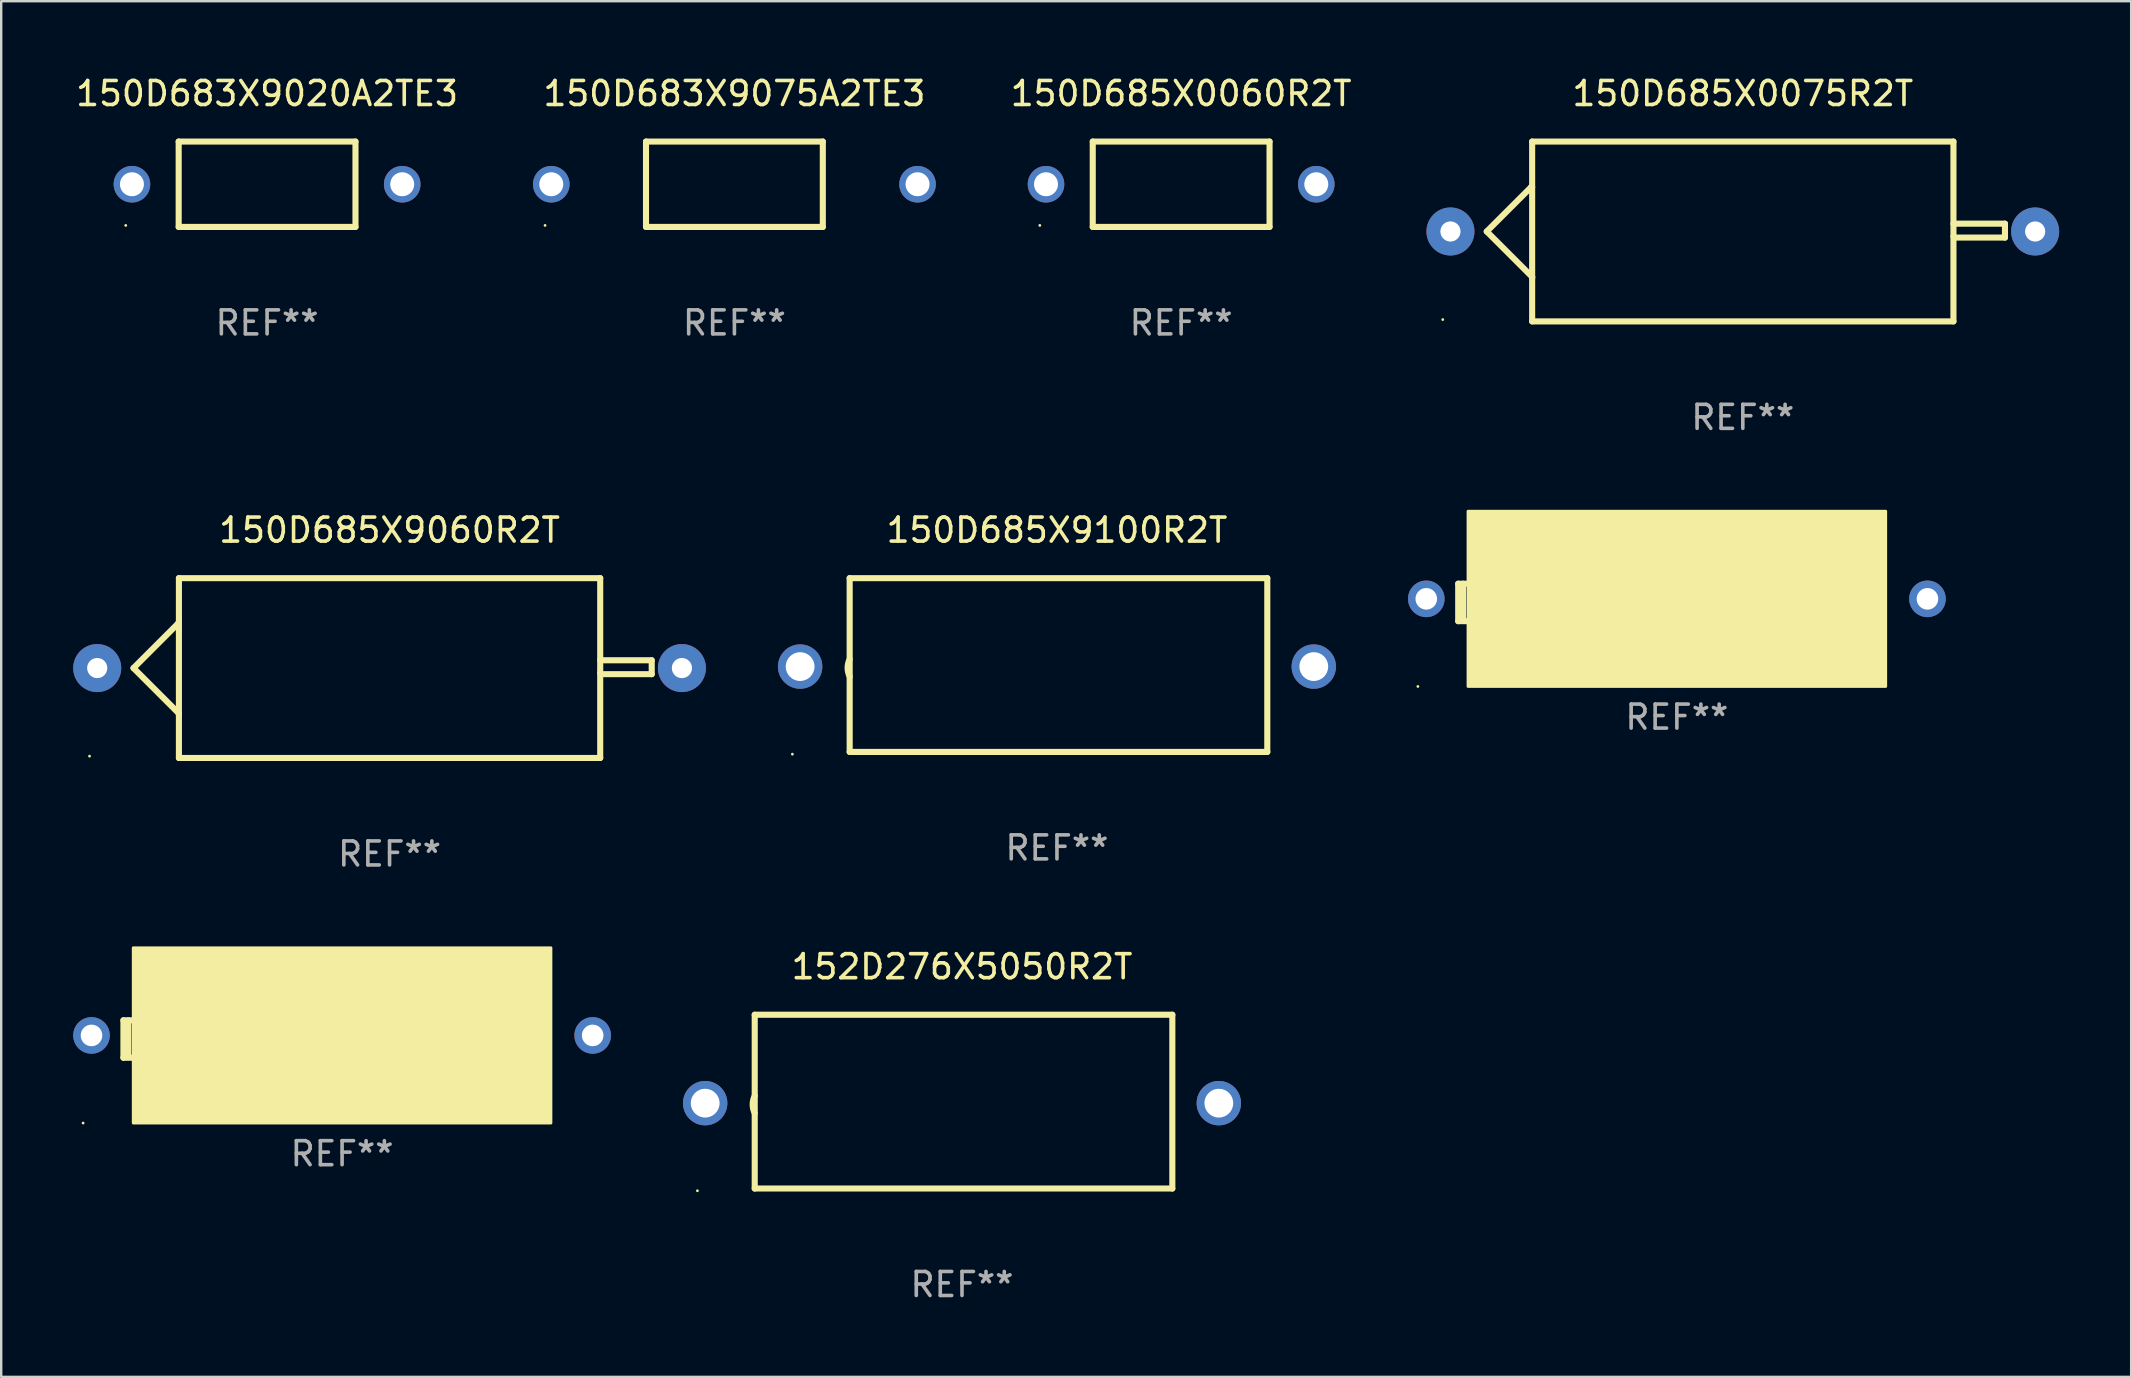
<source format=kicad_pcb>
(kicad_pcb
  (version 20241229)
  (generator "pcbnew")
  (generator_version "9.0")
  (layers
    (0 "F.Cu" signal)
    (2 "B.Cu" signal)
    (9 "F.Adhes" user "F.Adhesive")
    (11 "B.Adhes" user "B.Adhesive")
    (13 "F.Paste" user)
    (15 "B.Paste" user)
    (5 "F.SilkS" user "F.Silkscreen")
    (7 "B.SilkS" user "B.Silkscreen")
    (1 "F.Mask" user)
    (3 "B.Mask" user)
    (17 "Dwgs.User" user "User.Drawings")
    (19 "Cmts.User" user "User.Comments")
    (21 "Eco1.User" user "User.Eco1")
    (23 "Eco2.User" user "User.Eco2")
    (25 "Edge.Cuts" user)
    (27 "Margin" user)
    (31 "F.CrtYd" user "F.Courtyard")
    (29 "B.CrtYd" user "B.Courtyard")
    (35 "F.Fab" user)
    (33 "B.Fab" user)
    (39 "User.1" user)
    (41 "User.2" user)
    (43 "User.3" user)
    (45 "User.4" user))
  (footprint "150D685X0075R2T"
    (layer "F.Cu")
    (at 69.559 6.594)
    (property "Reference" "150D685X0075R2T" (at 0 -5.746 0) (layer "F.SilkS") (effects (font (size 1 1) (thickness 0.15))))
    (attr through_hole)
    (fp_line (start -10.668 0) (end -8.776 1.892) (stroke (width 0.254) (type solid)) (layer "F.SilkS"))
    (fp_line (start -8.821 -1.847) (end -10.668 0) (stroke (width 0.254) (type solid)) (layer "F.SilkS"))
    (fp_line (start -8.776 -1.847) (end -8.821 -1.847) (stroke (width 0.254) (type solid)) (layer "F.SilkS"))
    (fp_line (start -8.776 1.892) (end -8.776 1.943) (stroke (width 0.254) (type solid)) (layer "F.SilkS"))
    (fp_line (start -8.776 -3.746) (end 8.776 -3.746) (stroke (width 0.254) (type solid)) (layer "F.SilkS"))
    (fp_line (start -8.776 3.746) (end -8.776 -3.746) (stroke (width 0.254) (type solid)) (layer "F.SilkS"))
    (fp_line (start 8.776 -3.746) (end 8.776 3.746) (stroke (width 0.254) (type solid)) (layer "F.SilkS"))
    (fp_line (start 8.776 -0.325) (end 10.922 -0.325) (stroke (width 0.254) (type solid)) (layer "F.SilkS"))
    (fp_line (start 8.776 3.746) (end -8.776 3.746) (stroke (width 0.254) (type solid)) (layer "F.SilkS"))
    (fp_line (start 8.831 0.254) (end 8.776 0.199) (stroke (width 0.254) (type solid)) (layer "F.SilkS"))
    (fp_line (start 10.922 -0.325) (end 10.922 0.254) (stroke (width 0.254) (type solid)) (layer "F.SilkS"))
    (fp_line (start 10.922 0.254) (end 8.831 0.254) (stroke (width 0.254) (type solid)) (layer "F.SilkS"))
    (fp_circle (center -12.5 3.67) (end -12.47 3.67) (stroke (width 0.06) (type solid)) (fill no) (layer "F.SilkS"))
    (fp_text user "+" (at -8.323 0.924 0) (layer "B.Mask") (effects (font (size 1 1) (thickness 0.15))))
    (fp_text user "REF**" (at 0 7.746 0) (layer "F.Fab") (effects (font (size 1 1) (thickness 0.15))))
    (pad "1" thru_hole circle (at -12.18 0) (size 2 2) (drill 0.84) (layers "*.Cu" "*.Mask"))
    (pad "2" thru_hole circle (at 12.18 0) (size 2 2) (drill 0.84) (layers "*.Cu" "*.Mask")))
  (footprint "150D825X0075R2T"
    (layer "F.Cu")
    (at 66.812 22.049)
    (property "Reference" "150D825X0075R2T" (at 0 -2.78 0) (layer "F.SilkS") (effects (font (size 1 1) (thickness 0.15))))
    (attr through_hole)
    (fp_line (start -9.11 -0.78) (end -9.11 0.78) (stroke (width 0.254) (type solid)) (layer "F.SilkS"))
    (fp_line (start -9.11 0.78) (end -8.74 0.78) (stroke (width 0.254) (type solid)) (layer "F.SilkS"))
    (fp_line (start -8.904 -0.78) (end -8.904 0.65) (stroke (width 0.254) (type solid)) (layer "F.SilkS"))
    (fp_line (start -8.76 -0.78) (end -9.11 -0.78) (stroke (width 0.254) (type solid)) (layer "F.SilkS"))
    (fp_circle (center -10.79 3.5) (end -10.76 3.5) (stroke (width 0.06) (type solid)) (fill no) (layer "F.SilkS"))
    (fp_poly (pts (xy -8.7 -3.8) (xy 8.7 -3.8) (xy 8.7 3.5) (xy -8.7 3.5)) (stroke (width 0.12) (type solid)) (fill yes) (layer "F.SilkS"))
    (fp_text user "REF**" (at 0 4.78 0) (layer "F.Fab") (effects (font (size 1 1) (thickness 0.15))))
    (pad "1" thru_hole circle (at -10.44 -0.15) (size 1.524 1.524) (drill 0.9) (layers "*.Cu" "*.Mask"))
    (pad "2" thru_hole circle (at 10.44 -0.15) (size 1.524 1.524) (drill 0.9) (layers "*.Cu" "*.Mask")))
  (footprint "150D685X0060R2T"
    (layer "F.Cu")
    (at 46.159 4.626)
    (property "Reference" "150D685X0060R2T" (at 0 -3.778 0) (layer "F.SilkS") (effects (font (size 1 1) (thickness 0.15))))
    (attr through_hole)
    (fp_line (start -3.683 -1.778) (end -3.683 1.778) (stroke (width 0.254) (type solid)) (layer "F.SilkS"))
    (fp_line (start -3.683 1.778) (end 3.683 1.778) (stroke (width 0.254) (type solid)) (layer "F.SilkS"))
    (fp_line (start 3.683 -1.778) (end -3.683 -1.778) (stroke (width 0.254) (type solid)) (layer "F.SilkS"))
    (fp_line (start 3.683 1.778) (end 3.683 -1.778) (stroke (width 0.254) (type solid)) (layer "F.SilkS"))
    (fp_circle (center -5.888 1.715) (end -5.858 1.715) (stroke (width 0.06) (type solid)) (fill no) (layer "F.SilkS"))
    (fp_text user "REF**" (at 0 5.778 0) (layer "F.Fab") (effects (font (size 1 1) (thickness 0.15))))
    (pad "1" thru_hole circle (at -5.63 0) (size 1.524 1.524) (drill 1) (layers "*.Cu" "*.Mask"))
    (pad "2" thru_hole circle (at 5.63 0) (size 1.524 1.524) (drill 1) (layers "*.Cu" "*.Mask")))
  (footprint "150D685X9060R2T"
    (layer "F.Cu")
    (at 13.18 24.783)
    (property "Reference" "150D685X9060R2T" (at 0 -5.746 0) (layer "F.SilkS") (effects (font (size 1 1) (thickness 0.15))))
    (attr through_hole)
    (fp_line (start -10.668 0) (end -8.776 1.892) (stroke (width 0.254) (type solid)) (layer "F.SilkS"))
    (fp_line (start -8.821 -1.847) (end -10.668 0) (stroke (width 0.254) (type solid)) (layer "F.SilkS"))
    (fp_line (start -8.776 -1.847) (end -8.821 -1.847) (stroke (width 0.254) (type solid)) (layer "F.SilkS"))
    (fp_line (start -8.776 1.892) (end -8.776 1.943) (stroke (width 0.254) (type solid)) (layer "F.SilkS"))
    (fp_line (start -8.776 -3.746) (end 8.776 -3.746) (stroke (width 0.254) (type solid)) (layer "F.SilkS"))
    (fp_line (start -8.776 3.746) (end -8.776 -3.746) (stroke (width 0.254) (type solid)) (layer "F.SilkS"))
    (fp_line (start 8.776 -3.746) (end 8.776 3.746) (stroke (width 0.254) (type solid)) (layer "F.SilkS"))
    (fp_line (start 8.776 -0.325) (end 10.922 -0.325) (stroke (width 0.254) (type solid)) (layer "F.SilkS"))
    (fp_line (start 8.776 3.746) (end -8.776 3.746) (stroke (width 0.254) (type solid)) (layer "F.SilkS"))
    (fp_line (start 8.831 0.254) (end 8.776 0.199) (stroke (width 0.254) (type solid)) (layer "F.SilkS"))
    (fp_line (start 10.922 -0.325) (end 10.922 0.254) (stroke (width 0.254) (type solid)) (layer "F.SilkS"))
    (fp_line (start 10.922 0.254) (end 8.831 0.254) (stroke (width 0.254) (type solid)) (layer "F.SilkS"))
    (fp_circle (center -12.5 3.67) (end -12.47 3.67) (stroke (width 0.06) (type solid)) (fill no) (layer "F.SilkS"))
    (fp_text user "+" (at -8.323 0.924 0) (layer "B.Mask") (effects (font (size 1 1) (thickness 0.15))))
    (fp_text user "REF**" (at 0 7.746 0) (layer "F.Fab") (effects (font (size 1 1) (thickness 0.15))))
    (pad "1" thru_hole circle (at -12.18 0) (size 2 2) (drill 0.84) (layers "*.Cu" "*.Mask"))
    (pad "2" thru_hole circle (at 12.18 0) (size 2 2) (drill 0.84) (layers "*.Cu" "*.Mask")))
  (footprint "150D683X9075A2TE3"
    (layer "F.Cu")
    (at 27.547 4.626)
    (property "Reference" "150D683X9075A2TE3" (at 0 -3.778 0) (layer "F.SilkS") (effects (font (size 1 1) (thickness 0.15))))
    (attr through_hole)
    (fp_line (start -3.683 -1.778) (end -3.683 1.778) (stroke (width 0.254) (type solid)) (layer "F.SilkS"))
    (fp_line (start -3.683 1.778) (end 3.683 1.778) (stroke (width 0.254) (type solid)) (layer "F.SilkS"))
    (fp_line (start 3.683 -1.778) (end -3.683 -1.778) (stroke (width 0.254) (type solid)) (layer "F.SilkS"))
    (fp_line (start 3.683 1.778) (end 3.683 -1.778) (stroke (width 0.254) (type solid)) (layer "F.SilkS"))
    (fp_circle (center -7.889 1.715) (end -7.859 1.715) (stroke (width 0.06) (type solid)) (fill no) (layer "F.SilkS"))
    (fp_text user "REF**" (at 0 5.778 0) (layer "F.Fab") (effects (font (size 1 1) (thickness 0.15))))
    (pad "1" thru_hole circle (at -7.63 0) (size 1.524 1.524) (drill 1) (layers "*.Cu" "*.Mask"))
    (pad "2" thru_hole circle (at 7.63 0) (size 1.524 1.524) (drill 1) (layers "*.Cu" "*.Mask")))
  (footprint "150D685X9100R2T"
    (layer "F.Cu")
    (at 40.985 24.657)
    (property "Reference" "150D685X9100R2T" (at 0 -5.62 0) (layer "F.SilkS") (effects (font (size 1 1) (thickness 0.15))))
    (attr through_hole)
    (fp_line (start -8.636 -3.62) (end -8.636 3.62) (stroke (width 0.254) (type solid)) (layer "F.SilkS"))
    (fp_line (start -8.636 3.62) (end 8.763 3.62) (stroke (width 0.254) (type solid)) (layer "F.SilkS"))
    (fp_line (start 8.763 -3.62) (end -8.636 -3.62) (stroke (width 0.254) (type solid)) (layer "F.SilkS"))
    (fp_line (start 8.763 3.62) (end 8.763 -3.62) (stroke (width 0.254) (type solid)) (layer "F.SilkS"))
    (fp_arc (start -8.636017 0.480061) (mid -8.72152 0.117869) (end -8.636017 -0.244323) (stroke (width 0.254001) (type solid)) (layer "F.SilkS"))
    (fp_circle (center -11.023 3.713) (end -10.993 3.713) (stroke (width 0.06) (type solid)) (fill no) (layer "F.SilkS"))
    (fp_text user "REF**" (at 0 7.62 0) (layer "F.Fab") (effects (font (size 1 1) (thickness 0.15))))
    (pad "1" thru_hole circle (at -10.7 0.064) (size 1.85 1.85) (drill 1.2) (layers "*.Cu" "*.Mask"))
    (pad "2" thru_hole circle (at 10.7 0.064) (size 1.85 1.85) (drill 1.2) (layers "*.Cu" "*.Mask")))
  (footprint "150D683X9020A2TE3"
    (layer "F.Cu")
    (at 8.077 4.626)
    (property "Reference" "150D683X9020A2TE3" (at 0 -3.778 0) (layer "F.SilkS") (effects (font (size 1 1) (thickness 0.15))))
    (attr through_hole)
    (fp_line (start -3.683 -1.778) (end -3.683 1.778) (stroke (width 0.254) (type solid)) (layer "F.SilkS"))
    (fp_line (start -3.683 1.778) (end 3.683 1.778) (stroke (width 0.254) (type solid)) (layer "F.SilkS"))
    (fp_line (start 3.683 -1.778) (end -3.683 -1.778) (stroke (width 0.254) (type solid)) (layer "F.SilkS"))
    (fp_line (start 3.683 1.778) (end 3.683 -1.778) (stroke (width 0.254) (type solid)) (layer "F.SilkS"))
    (fp_circle (center -5.888 1.715) (end -5.858 1.715) (stroke (width 0.06) (type solid)) (fill no) (layer "F.SilkS"))
    (fp_text user "REF**" (at 0 5.778 0) (layer "F.Fab") (effects (font (size 1 1) (thickness 0.15))))
    (pad "1" thru_hole circle (at -5.63 0) (size 1.524 1.524) (drill 1) (layers "*.Cu" "*.Mask"))
    (pad "2" thru_hole circle (at 5.63 0) (size 1.524 1.524) (drill 1) (layers "*.Cu" "*.Mask")))
  (footprint "152D226X0050R2T"
    (layer "F.Cu")
    (at 11.202 40.238)
    (property "Reference" "152D226X0050R2T" (at 0 -2.78 0) (layer "F.SilkS") (effects (font (size 1 1) (thickness 0.15))))
    (attr through_hole)
    (fp_line (start -9.11 -0.78) (end -9.11 0.78) (stroke (width 0.254) (type solid)) (layer "F.SilkS"))
    (fp_line (start -9.11 0.78) (end -8.74 0.78) (stroke (width 0.254) (type solid)) (layer "F.SilkS"))
    (fp_line (start -8.904 -0.78) (end -8.904 0.65) (stroke (width 0.254) (type solid)) (layer "F.SilkS"))
    (fp_line (start -8.76 -0.78) (end -9.11 -0.78) (stroke (width 0.254) (type solid)) (layer "F.SilkS"))
    (fp_circle (center -10.79 3.5) (end -10.76 3.5) (stroke (width 0.06) (type solid)) (fill no) (layer "F.SilkS"))
    (fp_poly (pts (xy -8.7 -3.8) (xy 8.7 -3.8) (xy 8.7 3.5) (xy -8.7 3.5)) (stroke (width 0.12) (type solid)) (fill yes) (layer "F.SilkS"))
    (fp_text user "REF**" (at 0 4.78 0) (layer "F.Fab") (effects (font (size 1 1) (thickness 0.15))))
    (pad "1" thru_hole circle (at -10.44 -0.15) (size 1.524 1.524) (drill 0.9) (layers "*.Cu" "*.Mask"))
    (pad "2" thru_hole circle (at 10.44 -0.15) (size 1.524 1.524) (drill 0.9) (layers "*.Cu" "*.Mask")))
  (footprint "152D276X5050R2T"
    (layer "F.Cu")
    (at 37.029 42.846)
    (property "Reference" "152D276X5050R2T" (at 0 -5.62 0) (layer "F.SilkS") (effects (font (size 1 1) (thickness 0.15))))
    (attr through_hole)
    (fp_line (start -8.636 -3.62) (end -8.636 3.62) (stroke (width 0.254) (type solid)) (layer "F.SilkS"))
    (fp_line (start -8.636 3.62) (end 8.763 3.62) (stroke (width 0.254) (type solid)) (layer "F.SilkS"))
    (fp_line (start 8.763 -3.62) (end -8.636 -3.62) (stroke (width 0.254) (type solid)) (layer "F.SilkS"))
    (fp_line (start 8.763 3.62) (end 8.763 -3.62) (stroke (width 0.254) (type solid)) (layer "F.SilkS"))
    (fp_arc (start -8.636017 0.480061) (mid -8.72152 0.117869) (end -8.636017 -0.244323) (stroke (width 0.254001) (type solid)) (layer "F.SilkS"))
    (fp_circle (center -11.023 3.713) (end -10.993 3.713) (stroke (width 0.06) (type solid)) (fill no) (layer "F.SilkS"))
    (fp_text user "REF**" (at 0 7.62 0) (layer "F.Fab") (effects (font (size 1 1) (thickness 0.15))))
    (pad "1" thru_hole circle (at -10.7 0.064) (size 1.85 1.85) (drill 1.2) (layers "*.Cu" "*.Mask"))
    (pad "2" thru_hole circle (at 10.7 0.064) (size 1.85 1.85) (drill 1.2) (layers "*.Cu" "*.Mask")))
  (gr_rect
    (start -3 -3)
    (end 85.739 54.313)
    (stroke (width 0.1) (type default))
    (fill no)
    (layer "Edge.Cuts")))
</source>
